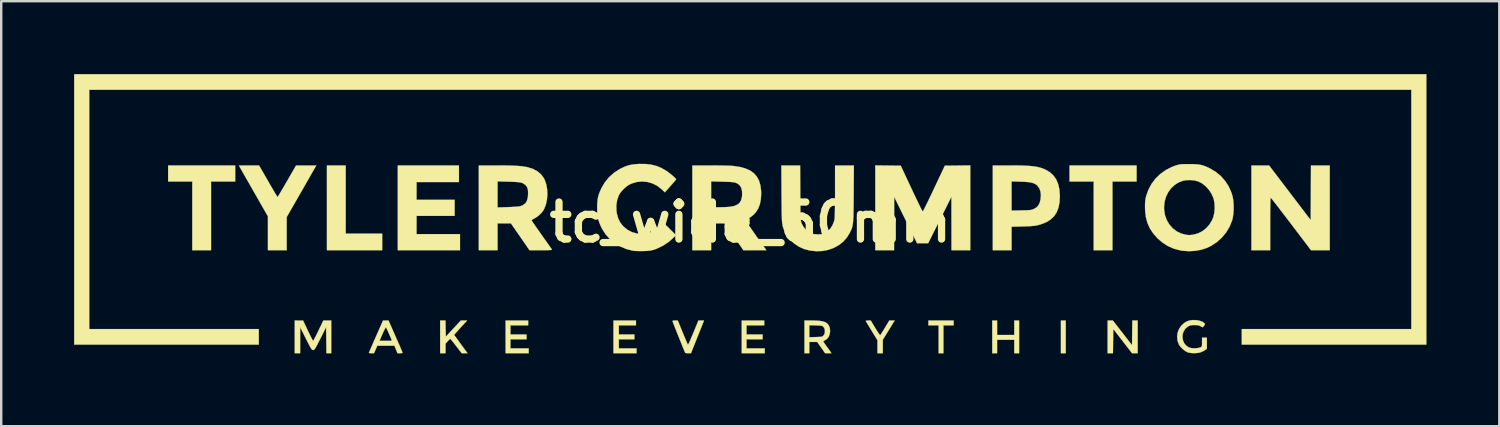
<source format=kicad_pcb>
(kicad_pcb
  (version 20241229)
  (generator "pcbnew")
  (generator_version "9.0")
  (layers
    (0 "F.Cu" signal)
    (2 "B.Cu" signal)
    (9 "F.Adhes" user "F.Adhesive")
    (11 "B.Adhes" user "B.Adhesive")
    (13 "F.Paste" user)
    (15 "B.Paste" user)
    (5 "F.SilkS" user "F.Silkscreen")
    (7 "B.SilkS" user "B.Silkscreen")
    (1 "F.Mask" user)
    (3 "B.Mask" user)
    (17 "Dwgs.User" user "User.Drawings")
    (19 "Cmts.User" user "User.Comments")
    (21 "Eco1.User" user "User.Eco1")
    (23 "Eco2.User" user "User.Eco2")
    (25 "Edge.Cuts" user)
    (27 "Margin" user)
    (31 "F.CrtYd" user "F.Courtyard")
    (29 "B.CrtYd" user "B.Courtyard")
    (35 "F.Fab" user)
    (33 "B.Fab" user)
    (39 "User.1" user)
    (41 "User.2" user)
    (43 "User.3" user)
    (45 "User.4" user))
  (footprint "tc_wide_60mm"
    (layer "F.Cu")
    (at 27.835 6.101)
    (property "Reference" "tc_wide_60mm" (at 0 0 0) (layer "F.SilkS") (effects (font (size 1.524 1.524) (thickness 0.3))))
    (attr through_hole)
    (fp_poly (pts (xy 12.987 5.389) (xy 12.788 5.389) (xy 12.788 4.042) (xy 12.987 4.042) (xy 12.987 5.389)) (stroke (width 0.01) (type solid)) (fill yes) (layer "F.SilkS"))
    (fp_poly (pts (xy -16.654 0.464) (xy -15.152 0.464) (xy -15.152 1.149) (xy -17.427 1.149) (xy -17.427 -2.341) (xy -16.654 -2.341) (xy -16.654 0.464)) (stroke (width 0.01) (type solid)) (fill yes) (layer "F.SilkS"))
    (fp_poly (pts (xy -21.203 -1.679) (xy -22.197 -1.679) (xy -22.197 1.149) (xy -22.97 1.149) (xy -22.97 -1.679) (xy -23.964 -1.679) (xy -23.964 -2.341) (xy -21.203 -2.341) (xy -21.203 -1.679)) (stroke (width 0.01) (type solid)) (fill yes) (layer "F.SilkS"))
    (fp_poly (pts (xy 8.371 4.241) (xy 7.951 4.241) (xy 7.951 5.389) (xy 7.753 5.389) (xy 7.753 4.241) (xy 7.333 4.241) (xy 7.333 4.042) (xy 8.371 4.042) (xy 8.371 4.241)) (stroke (width 0.01) (type solid)) (fill yes) (layer "F.SilkS"))
    (fp_poly (pts (xy 15.903 -1.679) (xy 14.909 -1.679) (xy 14.909 1.149) (xy 14.136 1.149) (xy 14.136 -1.679) (xy 13.142 -1.679) (xy 13.142 -2.341) (xy 15.903 -2.341) (xy 15.903 -1.679)) (stroke (width 0.01) (type solid)) (fill yes) (layer "F.SilkS"))
    (fp_poly (pts (xy -11.993 -1.657) (xy -13.738 -1.657) (xy -13.738 -0.928) (xy -12.17 -0.928) (xy -12.17 -0.265) (xy -13.738 -0.265) (xy -13.738 0.486) (xy -11.949 0.486) (xy -11.949 1.149) (xy -14.511 1.149) (xy -14.511 -2.341) (xy -11.993 -2.341) (xy -11.993 -1.657)) (stroke (width 0.01) (type solid)) (fill yes) (layer "F.SilkS"))
    (fp_poly (pts (xy -9.144 4.241) (xy -9.873 4.241) (xy -9.873 4.616) (xy -9.21 4.616) (xy -9.21 4.815) (xy -9.873 4.815) (xy -9.873 5.19) (xy -9.122 5.19) (xy -9.122 5.389) (xy -10.072 5.389) (xy -10.072 4.042) (xy -9.144 4.042) (xy -9.144 4.241)) (stroke (width 0.01) (type solid)) (fill yes) (layer "F.SilkS"))
    (fp_poly (pts (xy -4.705 4.241) (xy -5.411 4.241) (xy -5.411 4.616) (xy -4.771 4.616) (xy -4.771 4.815) (xy -5.411 4.815) (xy -5.411 5.19) (xy -4.682 5.19) (xy -4.682 5.389) (xy -5.632 5.389) (xy -5.632 4.042) (xy -4.705 4.042) (xy -4.705 4.241)) (stroke (width 0.01) (type solid)) (fill yes) (layer "F.SilkS"))
    (fp_poly (pts (xy 0.574 4.241) (xy -0.155 4.241) (xy -0.155 4.616) (xy 0.508 4.616) (xy 0.508 4.815) (xy -0.155 4.815) (xy -0.155 5.19) (xy 0.596 5.19) (xy 0.596 5.389) (xy -0.353 5.389) (xy -0.353 4.042) (xy 0.574 4.042) (xy 0.574 4.241)) (stroke (width 0.01) (type solid)) (fill yes) (layer "F.SilkS"))
    (fp_poly (pts (xy 10.16 4.638) (xy 10.867 4.638) (xy 10.867 4.042) (xy 11.066 4.042) (xy 11.066 5.389) (xy 10.867 5.389) (xy 10.867 4.837) (xy 10.16 4.837) (xy 10.16 5.389) (xy 9.961 5.389) (xy 9.961 4.042) (xy 10.16 4.042) (xy 10.16 4.638)) (stroke (width 0.01) (type solid)) (fill yes) (layer "F.SilkS"))
    (fp_poly (pts (xy 27.83 5.036) (xy 20.232 5.036) (xy 20.232 4.395) (xy 27.211 4.395) (xy 27.211 -5.455) (xy -27.211 -5.455) (xy -27.211 4.395) (xy -20.232 4.395) (xy -20.232 5.036) (xy -27.83 5.036) (xy -27.83 -6.096) (xy 27.83 -6.096) (xy 27.83 5.036)) (stroke (width 0.01) (type solid)) (fill yes) (layer "F.SilkS"))
    (fp_poly (pts (xy 15.32 4.55) (xy 15.715 5.059) (xy 15.721 4.55) (xy 15.727 4.042) (xy 15.947 4.042) (xy 15.947 5.389) (xy 15.831 5.389) (xy 15.715 5.389) (xy 15.328 4.889) (xy 14.942 4.389) (xy 14.936 4.889) (xy 14.93 5.389) (xy 14.71 5.389) (xy 14.71 4.042) (xy 14.925 4.042) (xy 15.32 4.55)) (stroke (width 0.01) (type solid)) (fill yes) (layer "F.SilkS"))
    (fp_poly (pts (xy -12.54 4.375) (xy -12.534 4.708) (xy -12.225 4.375) (xy -11.916 4.042) (xy -11.657 4.042) (xy -11.82 4.22) (xy -11.901 4.308) (xy -11.984 4.4) (xy -12.056 4.481) (xy -12.087 4.515) (xy -12.192 4.633) (xy -11.917 5.011) (xy -11.641 5.389) (xy -11.881 5.389) (xy -12.105 5.097) (xy -12.18 4.999) (xy -12.247 4.914) (xy -12.3 4.849) (xy -12.335 4.808) (xy -12.346 4.797) (xy -12.368 4.809) (xy -12.41 4.847) (xy -12.454 4.894) (xy -12.545 4.998) (xy -12.545 5.389) (xy -12.766 5.389) (xy -12.766 4.042) (xy -12.547 4.042) (xy -12.54 4.375)) (stroke (width 0.01) (type solid)) (fill yes) (layer "F.SilkS"))
    (fp_poly (pts (xy 23.07 -0.091) (xy 23.076 -1.216) (xy 23.081 -2.341) (xy 23.854 -2.341) (xy 23.854 1.149) (xy 23.083 1.149) (xy 22.261 0.066) (xy 22.115 -0.125) (xy 21.977 -0.306) (xy 21.848 -0.473) (xy 21.733 -0.623) (xy 21.632 -0.754) (xy 21.548 -0.861) (xy 21.483 -0.943) (xy 21.44 -0.995) (xy 21.421 -1.016) (xy 21.42 -1.016) (xy 21.417 -0.995) (xy 21.414 -0.933) (xy 21.41 -0.836) (xy 21.408 -0.708) (xy 21.406 -0.552) (xy 21.404 -0.373) (xy 21.403 -0.175) (xy 21.402 0.037) (xy 21.402 0.066) (xy 21.402 1.149) (xy 20.629 1.149) (xy 20.629 -2.341) (xy 21.356 -2.341) (xy 23.07 -0.091)) (stroke (width 0.01) (type solid)) (fill yes) (layer "F.SilkS"))
    (fp_poly (pts (xy 5.912 4.095) (xy 5.889 4.13) (xy 5.848 4.197) (xy 5.793 4.286) (xy 5.728 4.392) (xy 5.666 4.493) (xy 5.455 4.837) (xy 5.455 5.389) (xy 5.235 5.389) (xy 5.235 4.854) (xy 4.997 4.466) (xy 4.925 4.348) (xy 4.862 4.243) (xy 4.809 4.156) (xy 4.772 4.094) (xy 4.754 4.062) (xy 4.752 4.06) (xy 4.768 4.05) (xy 4.815 4.043) (xy 4.852 4.042) (xy 4.959 4.042) (xy 5.144 4.35) (xy 5.208 4.453) (xy 5.264 4.54) (xy 5.309 4.604) (xy 5.338 4.642) (xy 5.348 4.648) (xy 5.365 4.626) (xy 5.4 4.573) (xy 5.449 4.495) (xy 5.508 4.4) (xy 5.544 4.339) (xy 5.723 4.042) (xy 5.946 4.042) (xy 5.912 4.095)) (stroke (width 0.01) (type solid)) (fill yes) (layer "F.SilkS"))
    (fp_poly (pts (xy 9.056 1.149) (xy 8.283 1.149) (xy 8.281 0.05) (xy 8.28 -1.049) (xy 7.801 -0.094) (xy 7.322 0.861) (xy 6.866 0.861) (xy 6.394 -0.094) (xy 5.923 -1.049) (xy 5.921 0.05) (xy 5.919 1.149) (xy 5.146 1.149) (xy 5.146 -2.342) (xy 5.67 -2.336) (xy 6.194 -2.33) (xy 6.636 -1.387) (xy 6.726 -1.196) (xy 6.81 -1.019) (xy 6.887 -0.858) (xy 6.955 -0.718) (xy 7.012 -0.602) (xy 7.057 -0.515) (xy 7.086 -0.46) (xy 7.098 -0.441) (xy 7.111 -0.46) (xy 7.141 -0.515) (xy 7.186 -0.602) (xy 7.243 -0.718) (xy 7.312 -0.858) (xy 7.389 -1.019) (xy 7.474 -1.197) (xy 7.563 -1.385) (xy 8.009 -2.33) (xy 8.532 -2.336) (xy 9.056 -2.342) (xy 9.056 1.149)) (stroke (width 0.01) (type solid)) (fill yes) (layer "F.SilkS"))
    (fp_poly (pts (xy -17.25 5.389) (xy -17.448 5.389) (xy -17.454 4.854) (xy -17.46 4.318) (xy -17.697 4.787) (xy -17.773 4.936) (xy -17.831 5.049) (xy -17.876 5.132) (xy -17.91 5.19) (xy -17.936 5.226) (xy -17.958 5.246) (xy -17.977 5.255) (xy -17.996 5.257) (xy -18.016 5.255) (xy -18.036 5.245) (xy -18.057 5.223) (xy -18.084 5.185) (xy -18.119 5.125) (xy -18.165 5.039) (xy -18.225 4.922) (xy -18.293 4.787) (xy -18.528 4.318) (xy -18.53 4.854) (xy -18.531 5.389) (xy -18.752 5.389) (xy -18.752 4.042) (xy -18.409 4.043) (xy -18.211 4.462) (xy -18.151 4.586) (xy -18.097 4.696) (xy -18.051 4.786) (xy -18.017 4.848) (xy -17.998 4.879) (xy -17.995 4.881) (xy -17.981 4.862) (xy -17.951 4.809) (xy -17.909 4.728) (xy -17.856 4.624) (xy -17.797 4.504) (xy -17.777 4.462) (xy -17.574 4.042) (xy -17.25 4.042) (xy -17.25 5.389)) (stroke (width 0.01) (type solid)) (fill yes) (layer "F.SilkS"))
    (fp_poly (pts (xy -17.937 -2.214) (xy -17.963 -2.17) (xy -18.008 -2.091) (xy -18.07 -1.983) (xy -18.146 -1.849) (xy -18.235 -1.695) (xy -18.332 -1.524) (xy -18.437 -1.341) (xy -18.546 -1.151) (xy -19.083 -0.214) (xy -19.083 1.149) (xy -19.856 1.149) (xy -19.856 -0.244) (xy -20.427 -1.243) (xy -20.538 -1.436) (xy -20.642 -1.62) (xy -20.739 -1.788) (xy -20.825 -1.939) (xy -20.898 -2.068) (xy -20.957 -2.172) (xy -20.998 -2.245) (xy -21.021 -2.286) (xy -21.024 -2.292) (xy -21.05 -2.341) (xy -20.636 -2.34) (xy -20.221 -2.34) (xy -19.845 -1.689) (xy -19.757 -1.535) (xy -19.674 -1.395) (xy -19.602 -1.271) (xy -19.542 -1.17) (xy -19.496 -1.095) (xy -19.467 -1.05) (xy -19.459 -1.039) (xy -19.446 -1.057) (xy -19.413 -1.11) (xy -19.364 -1.192) (xy -19.3 -1.299) (xy -19.225 -1.427) (xy -19.141 -1.571) (xy -19.072 -1.69) (xy -18.697 -2.341) (xy -18.281 -2.341) (xy -17.865 -2.341) (xy -17.937 -2.214)) (stroke (width 0.01) (type solid)) (fill yes) (layer "F.SilkS"))
    (fp_poly (pts (xy -2.919 4.202) (xy -2.887 4.28) (xy -2.843 4.387) (xy -2.792 4.511) (xy -2.739 4.641) (xy -2.717 4.693) (xy -2.67 4.806) (xy -2.628 4.904) (xy -2.595 4.981) (xy -2.573 5.028) (xy -2.566 5.04) (xy -2.554 5.025) (xy -2.528 4.974) (xy -2.49 4.893) (xy -2.443 4.787) (xy -2.389 4.66) (xy -2.343 4.549) (xy -2.135 4.042) (xy -1.904 4.042) (xy -2.172 4.715) (xy -2.441 5.389) (xy -2.555 5.389) (xy -2.622 5.386) (xy -2.668 5.379) (xy -2.68 5.373) (xy -2.691 5.347) (xy -2.716 5.287) (xy -2.753 5.199) (xy -2.798 5.087) (xy -2.849 4.959) (xy -2.905 4.821) (xy -2.962 4.679) (xy -3.018 4.539) (xy -3.07 4.407) (xy -3.117 4.289) (xy -3.155 4.192) (xy -3.182 4.121) (xy -3.196 4.084) (xy -3.197 4.081) (xy -3.197 4.058) (xy -3.175 4.046) (xy -3.122 4.042) (xy -3.097 4.042) (xy -2.986 4.042) (xy -2.919 4.202)) (stroke (width 0.01) (type solid)) (fill yes) (layer "F.SilkS"))
    (fp_poly (pts (xy 2.703 4.046) (xy 2.854 4.057) (xy 2.975 4.077) (xy 3.072 4.107) (xy 3.104 4.121) (xy 3.188 4.184) (xy 3.246 4.272) (xy 3.279 4.378) (xy 3.286 4.493) (xy 3.268 4.608) (xy 3.227 4.712) (xy 3.161 4.799) (xy 3.072 4.858) (xy 3.071 4.859) (xy 3.025 4.882) (xy 3.004 4.901) (xy 3.004 4.902) (xy 3.016 4.925) (xy 3.049 4.976) (xy 3.097 5.045) (xy 3.133 5.095) (xy 3.194 5.177) (xy 3.248 5.253) (xy 3.289 5.311) (xy 3.302 5.33) (xy 3.34 5.389) (xy 3.211 5.389) (xy 3.081 5.388) (xy 2.754 4.925) (xy 2.43 4.925) (xy 2.43 5.389) (xy 2.231 5.389) (xy 2.231 4.73) (xy 2.43 4.73) (xy 2.697 4.723) (xy 2.809 4.719) (xy 2.887 4.715) (xy 2.938 4.708) (xy 2.971 4.696) (xy 2.996 4.677) (xy 3.017 4.654) (xy 3.054 4.595) (xy 3.069 4.524) (xy 3.07 4.484) (xy 3.063 4.4) (xy 3.036 4.339) (xy 3.017 4.314) (xy 2.993 4.288) (xy 2.968 4.27) (xy 2.933 4.258) (xy 2.879 4.252) (xy 2.797 4.247) (xy 2.697 4.244) (xy 2.43 4.237) (xy 2.43 4.73) (xy 2.231 4.73) (xy 2.231 4.042) (xy 2.515 4.042) (xy 2.703 4.046)) (stroke (width 0.01) (type solid)) (fill yes) (layer "F.SilkS"))
    (fp_poly (pts (xy -14.797 4.257) (xy -14.758 4.345) (xy -14.706 4.463) (xy -14.646 4.601) (xy -14.581 4.749) (xy -14.516 4.896) (xy -14.507 4.914) (xy -14.45 5.044) (xy -14.4 5.16) (xy -14.359 5.257) (xy -14.329 5.328) (xy -14.314 5.367) (xy -14.312 5.372) (xy -14.332 5.382) (xy -14.383 5.388) (xy -14.417 5.389) (xy -14.522 5.389) (xy -14.586 5.235) (xy -14.649 5.08) (xy -15.353 5.08) (xy -15.49 5.389) (xy -15.599 5.389) (xy -15.659 5.386) (xy -15.695 5.377) (xy -15.7 5.371) (xy -15.69 5.347) (xy -15.664 5.287) (xy -15.624 5.197) (xy -15.574 5.081) (xy -15.514 4.945) (xy -15.486 4.881) (xy -15.263 4.881) (xy -15.008 4.881) (xy -14.908 4.88) (xy -14.827 4.878) (xy -14.772 4.874) (xy -14.754 4.869) (xy -14.763 4.843) (xy -14.786 4.786) (xy -14.819 4.708) (xy -14.858 4.618) (xy -14.898 4.526) (xy -14.937 4.442) (xy -14.969 4.373) (xy -14.99 4.331) (xy -14.995 4.323) (xy -15.011 4.335) (xy -15.04 4.385) (xy -15.083 4.469) (xy -15.136 4.586) (xy -15.199 4.73) (xy -15.233 4.809) (xy -15.263 4.881) (xy -15.486 4.881) (xy -15.447 4.792) (xy -15.406 4.697) (xy -15.119 4.043) (xy -15.005 4.042) (xy -14.891 4.042) (xy -14.797 4.257)) (stroke (width 0.01) (type solid)) (fill yes) (layer "F.SilkS"))
    (fp_poly (pts (xy 10.674 -2.341) (xy 10.945 -2.34) (xy 11.177 -2.336) (xy 11.375 -2.328) (xy 11.543 -2.317) (xy 11.688 -2.301) (xy 11.814 -2.28) (xy 11.925 -2.253) (xy 12.027 -2.22) (xy 12.125 -2.18) (xy 12.162 -2.163) (xy 12.338 -2.058) (xy 12.482 -1.925) (xy 12.595 -1.763) (xy 12.675 -1.573) (xy 12.725 -1.351) (xy 12.744 -1.098) (xy 12.744 -1.061) (xy 12.729 -0.811) (xy 12.684 -0.592) (xy 12.608 -0.403) (xy 12.499 -0.242) (xy 12.356 -0.109) (xy 12.178 -0.001) (xy 11.965 0.082) (xy 11.859 0.112) (xy 11.781 0.13) (xy 11.698 0.143) (xy 11.601 0.153) (xy 11.483 0.161) (xy 11.335 0.167) (xy 11.215 0.171) (xy 10.756 0.182) (xy 10.756 1.149) (xy 9.983 1.149) (xy 9.983 -0.482) (xy 10.756 -0.482) (xy 11.159 -0.49) (xy 11.304 -0.493) (xy 11.412 -0.496) (xy 11.493 -0.501) (xy 11.553 -0.509) (xy 11.6 -0.521) (xy 11.644 -0.536) (xy 11.687 -0.556) (xy 11.79 -0.62) (xy 11.866 -0.706) (xy 11.919 -0.822) (xy 11.949 -0.948) (xy 11.964 -1.119) (xy 11.945 -1.275) (xy 11.894 -1.408) (xy 11.813 -1.515) (xy 11.794 -1.532) (xy 11.732 -1.576) (xy 11.658 -1.61) (xy 11.566 -1.635) (xy 11.45 -1.654) (xy 11.303 -1.666) (xy 11.126 -1.673) (xy 10.756 -1.684) (xy 10.756 -0.482) (xy 9.983 -0.482) (xy 9.983 -2.341) (xy 10.674 -2.341)) (stroke (width 0.01) (type solid)) (fill yes) (layer "F.SilkS"))
    (fp_poly (pts (xy 18.366 4.027) (xy 18.505 4.054) (xy 18.624 4.101) (xy 18.673 4.133) (xy 18.707 4.165) (xy 18.714 4.197) (xy 18.693 4.24) (xy 18.655 4.291) (xy 18.634 4.314) (xy 18.609 4.316) (xy 18.569 4.297) (xy 18.539 4.28) (xy 18.48 4.252) (xy 18.416 4.236) (xy 18.329 4.23) (xy 18.288 4.23) (xy 18.193 4.232) (xy 18.125 4.243) (xy 18.065 4.265) (xy 18.018 4.291) (xy 17.915 4.374) (xy 17.843 4.48) (xy 17.802 4.599) (xy 17.79 4.725) (xy 17.809 4.85) (xy 17.856 4.966) (xy 17.932 5.065) (xy 18.037 5.14) (xy 18.078 5.159) (xy 18.172 5.18) (xy 18.286 5.187) (xy 18.403 5.179) (xy 18.505 5.158) (xy 18.536 5.145) (xy 18.566 5.129) (xy 18.584 5.109) (xy 18.593 5.073) (xy 18.597 5.013) (xy 18.597 4.933) (xy 18.597 4.749) (xy 18.796 4.749) (xy 18.796 5.207) (xy 18.71 5.266) (xy 18.632 5.311) (xy 18.544 5.349) (xy 18.519 5.358) (xy 18.411 5.378) (xy 18.284 5.386) (xy 18.155 5.381) (xy 18.043 5.363) (xy 18.007 5.353) (xy 17.918 5.307) (xy 17.822 5.235) (xy 17.733 5.15) (xy 17.664 5.063) (xy 17.645 5.031) (xy 17.587 4.872) (xy 17.57 4.708) (xy 17.591 4.547) (xy 17.648 4.395) (xy 17.74 4.259) (xy 17.863 4.144) (xy 17.961 4.083) (xy 18.081 4.041) (xy 18.221 4.023) (xy 18.366 4.027)) (stroke (width 0.01) (type solid)) (fill yes) (layer "F.SilkS"))
    (fp_poly (pts (xy -1.64 -2.341) (xy -1.452 -2.34) (xy -1.268 -2.338) (xy -1.095 -2.335) (xy -0.941 -2.331) (xy -0.814 -2.327) (xy -0.719 -2.321) (xy -0.685 -2.318) (xy -0.421 -2.278) (xy -0.195 -2.215) (xy -0.005 -2.129) (xy 0.15 -2.018) (xy 0.271 -1.88) (xy 0.36 -1.715) (xy 0.417 -1.522) (xy 0.445 -1.297) (xy 0.448 -1.171) (xy 0.434 -0.935) (xy 0.392 -0.731) (xy 0.32 -0.554) (xy 0.218 -0.4) (xy 0.145 -0.321) (xy 0.068 -0.255) (xy -0.019 -0.193) (xy -0.084 -0.156) (xy -0.146 -0.124) (xy -0.188 -0.097) (xy -0.199 -0.084) (xy -0.187 -0.063) (xy -0.152 -0.011) (xy -0.1 0.067) (xy -0.032 0.165) (xy 0.046 0.279) (xy 0.133 0.403) (xy 0.223 0.532) (xy 0.314 0.661) (xy 0.401 0.785) (xy 0.482 0.898) (xy 0.553 0.996) (xy 0.609 1.074) (xy 0.612 1.077) (xy 0.665 1.149) (xy -0.283 1.149) (xy -0.666 0.596) (xy -1.048 0.044) (xy -1.612 0.044) (xy -1.612 1.149) (xy -2.385 1.149) (xy -2.385 -0.618) (xy -1.612 -0.618) (xy -1.298 -0.619) (xy -1.167 -0.621) (xy -1.035 -0.625) (xy -0.917 -0.632) (xy -0.827 -0.64) (xy -0.819 -0.641) (xy -0.656 -0.674) (xy -0.53 -0.727) (xy -0.438 -0.804) (xy -0.377 -0.908) (xy -0.343 -1.041) (xy -0.336 -1.112) (xy -0.339 -1.279) (xy -0.369 -1.413) (xy -0.43 -1.517) (xy -0.52 -1.592) (xy -0.591 -1.624) (xy -0.639 -1.639) (xy -0.701 -1.65) (xy -0.784 -1.658) (xy -0.893 -1.665) (xy -1.036 -1.67) (xy -1.154 -1.673) (xy -1.612 -1.684) (xy -1.612 -0.618) (xy -2.385 -0.618) (xy -2.385 -2.341) (xy -1.64 -2.341)) (stroke (width 0.01) (type solid)) (fill yes) (layer "F.SilkS"))
    (fp_poly (pts (xy 2.059 -1.209) (xy 2.06 -0.957) (xy 2.062 -0.744) (xy 2.063 -0.568) (xy 2.065 -0.424) (xy 2.067 -0.309) (xy 2.07 -0.218) (xy 2.074 -0.147) (xy 2.079 -0.093) (xy 2.085 -0.051) (xy 2.093 -0.017) (xy 2.102 0.011) (xy 2.112 0.04) (xy 2.116 0.049) (xy 2.184 0.175) (xy 2.277 0.294) (xy 2.384 0.391) (xy 2.468 0.444) (xy 2.564 0.475) (xy 2.685 0.493) (xy 2.815 0.497) (xy 2.939 0.487) (xy 3.04 0.462) (xy 3.054 0.456) (xy 3.183 0.375) (xy 3.296 0.259) (xy 3.387 0.116) (xy 3.451 -0.048) (xy 3.465 -0.106) (xy 3.472 -0.163) (xy 3.478 -0.264) (xy 3.482 -0.409) (xy 3.486 -0.596) (xy 3.488 -0.826) (xy 3.49 -1.098) (xy 3.49 -1.282) (xy 3.49 -2.341) (xy 4.265 -2.341) (xy 4.257 -1.176) (xy 4.255 -0.904) (xy 4.253 -0.672) (xy 4.25 -0.475) (xy 4.247 -0.311) (xy 4.242 -0.174) (xy 4.235 -0.061) (xy 4.226 0.033) (xy 4.214 0.111) (xy 4.2 0.178) (xy 4.182 0.239) (xy 4.16 0.296) (xy 4.134 0.354) (xy 4.103 0.418) (xy 4.095 0.433) (xy 3.974 0.631) (xy 3.82 0.802) (xy 3.638 0.945) (xy 3.432 1.056) (xy 3.205 1.136) (xy 2.963 1.181) (xy 2.709 1.19) (xy 2.446 1.161) (xy 2.441 1.16) (xy 2.208 1.097) (xy 1.991 0.997) (xy 1.796 0.865) (xy 1.629 0.703) (xy 1.493 0.517) (xy 1.446 0.431) (xy 1.414 0.366) (xy 1.387 0.308) (xy 1.365 0.252) (xy 1.346 0.196) (xy 1.331 0.134) (xy 1.319 0.062) (xy 1.309 -0.023) (xy 1.302 -0.126) (xy 1.297 -0.251) (xy 1.293 -0.402) (xy 1.291 -0.583) (xy 1.289 -0.798) (xy 1.287 -1.052) (xy 1.286 -1.165) (xy 1.279 -2.341) (xy 2.052 -2.341) (xy 2.059 -1.209)) (stroke (width 0.01) (type solid)) (fill yes) (layer "F.SilkS"))
    (fp_poly (pts (xy -10.442 -2.341) (xy -10.177 -2.34) (xy -9.952 -2.337) (xy -9.76 -2.331) (xy -9.598 -2.323) (xy -9.459 -2.313) (xy -9.34 -2.298) (xy -9.234 -2.281) (xy -9.144 -2.261) (xy -8.93 -2.19) (xy -8.751 -2.092) (xy -8.606 -1.966) (xy -8.495 -1.812) (xy -8.463 -1.75) (xy -8.399 -1.565) (xy -8.362 -1.359) (xy -8.353 -1.144) (xy -8.371 -0.929) (xy -8.415 -0.727) (xy -8.486 -0.546) (xy -8.511 -0.5) (xy -8.587 -0.398) (xy -8.689 -0.296) (xy -8.804 -0.207) (xy -8.901 -0.15) (xy -8.96 -0.118) (xy -8.996 -0.09) (xy -9.002 -0.076) (xy -8.988 -0.053) (xy -8.951 0.001) (xy -8.895 0.083) (xy -8.822 0.187) (xy -8.737 0.309) (xy -8.641 0.445) (xy -8.588 0.52) (xy -8.488 0.661) (xy -8.396 0.792) (xy -8.315 0.906) (xy -8.248 1.001) (xy -8.199 1.071) (xy -8.17 1.113) (xy -8.165 1.121) (xy -8.167 1.13) (xy -8.192 1.137) (xy -8.243 1.143) (xy -8.325 1.146) (xy -8.442 1.148) (xy -8.598 1.148) (xy -8.618 1.148) (xy -9.089 1.148) (xy -9.471 0.596) (xy -9.854 0.044) (xy -10.403 0.044) (xy -10.403 1.149) (xy -11.176 1.149) (xy -11.176 -0.612) (xy -10.403 -0.612) (xy -9.978 -0.625) (xy -9.839 -0.63) (xy -9.711 -0.637) (xy -9.602 -0.645) (xy -9.519 -0.653) (xy -9.473 -0.661) (xy -9.349 -0.712) (xy -9.258 -0.783) (xy -9.196 -0.88) (xy -9.16 -1.008) (xy -9.148 -1.128) (xy -9.147 -1.267) (xy -9.16 -1.372) (xy -9.191 -1.454) (xy -9.242 -1.521) (xy -9.266 -1.544) (xy -9.313 -1.58) (xy -9.362 -1.609) (xy -9.422 -1.63) (xy -9.499 -1.646) (xy -9.598 -1.657) (xy -9.726 -1.665) (xy -9.89 -1.671) (xy -9.956 -1.673) (xy -10.403 -1.684) (xy -10.403 -0.612) (xy -11.176 -0.612) (xy -11.176 -2.341) (xy -10.442 -2.341)) (stroke (width 0.01) (type solid)) (fill yes) (layer "F.SilkS"))
    (fp_poly (pts (xy -4.306 -2.4) (xy -4.07 -2.372) (xy -3.854 -2.317) (xy -3.65 -2.231) (xy -3.46 -2.121) (xy -3.378 -2.064) (xy -3.293 -1.999) (xy -3.211 -1.931) (xy -3.139 -1.868) (xy -3.085 -1.814) (xy -3.056 -1.777) (xy -3.053 -1.766) (xy -3.069 -1.744) (xy -3.109 -1.696) (xy -3.169 -1.626) (xy -3.242 -1.543) (xy -3.287 -1.492) (xy -3.515 -1.235) (xy -3.656 -1.367) (xy -3.833 -1.503) (xy -4.028 -1.601) (xy -4.235 -1.661) (xy -4.45 -1.681) (xy -4.666 -1.66) (xy -4.877 -1.598) (xy -4.975 -1.554) (xy -5.072 -1.492) (xy -5.177 -1.405) (xy -5.276 -1.304) (xy -5.358 -1.201) (xy -5.409 -1.117) (xy -5.482 -0.909) (xy -5.515 -0.688) (xy -5.508 -0.46) (xy -5.489 -0.346) (xy -5.437 -0.163) (xy -5.363 -0.008) (xy -5.261 0.129) (xy -5.214 0.178) (xy -5.051 0.311) (xy -4.869 0.405) (xy -4.669 0.46) (xy -4.456 0.473) (xy -4.341 0.464) (xy -4.134 0.422) (xy -3.952 0.351) (xy -3.785 0.244) (xy -3.671 0.146) (xy -3.554 0.036) (xy -3.307 0.282) (xy -3.06 0.529) (xy -3.159 0.631) (xy -3.364 0.811) (xy -3.598 0.965) (xy -3.85 1.086) (xy -3.965 1.127) (xy -4.048 1.15) (xy -4.135 1.165) (xy -4.24 1.176) (xy -4.373 1.182) (xy -4.417 1.183) (xy -4.539 1.184) (xy -4.655 1.182) (xy -4.754 1.178) (xy -4.822 1.171) (xy -4.826 1.171) (xy -5.096 1.102) (xy -5.348 0.996) (xy -5.58 0.856) (xy -5.786 0.684) (xy -5.962 0.485) (xy -6.105 0.26) (xy -6.141 0.188) (xy -6.207 0.034) (xy -6.254 -0.108) (xy -6.283 -0.251) (xy -6.299 -0.409) (xy -6.303 -0.596) (xy -6.299 -0.783) (xy -6.284 -0.939) (xy -6.255 -1.081) (xy -6.209 -1.22) (xy -6.143 -1.372) (xy -6.129 -1.403) (xy -5.99 -1.641) (xy -5.816 -1.854) (xy -5.611 -2.038) (xy -5.38 -2.188) (xy -5.349 -2.205) (xy -5.195 -2.279) (xy -5.054 -2.332) (xy -4.913 -2.368) (xy -4.758 -2.39) (xy -4.574 -2.402) (xy -4.57 -2.402) (xy -4.306 -2.4)) (stroke (width 0.01) (type solid)) (fill yes) (layer "F.SilkS"))
    (fp_poly (pts (xy 18.234 -2.394) (xy 18.379 -2.387) (xy 18.5 -2.372) (xy 18.61 -2.348) (xy 18.718 -2.311) (xy 18.835 -2.261) (xy 18.917 -2.221) (xy 19.157 -2.079) (xy 19.369 -1.905) (xy 19.549 -1.701) (xy 19.696 -1.473) (xy 19.807 -1.222) (xy 19.858 -1.048) (xy 19.884 -0.892) (xy 19.898 -0.712) (xy 19.898 -0.523) (xy 19.885 -0.339) (xy 19.859 -0.173) (xy 19.835 -0.077) (xy 19.73 0.181) (xy 19.588 0.418) (xy 19.412 0.631) (xy 19.205 0.816) (xy 18.972 0.969) (xy 18.789 1.057) (xy 18.564 1.13) (xy 18.316 1.175) (xy 18.057 1.189) (xy 17.8 1.172) (xy 17.71 1.158) (xy 17.44 1.087) (xy 17.187 0.976) (xy 16.954 0.825) (xy 16.771 0.666) (xy 16.592 0.466) (xy 16.453 0.257) (xy 16.351 0.035) (xy 16.286 -0.207) (xy 16.254 -0.473) (xy 16.249 -0.607) (xy 16.25 -0.63) (xy 17.033 -0.63) (xy 17.036 -0.51) (xy 17.073 -0.289) (xy 17.147 -0.087) (xy 17.253 0.092) (xy 17.389 0.246) (xy 17.55 0.369) (xy 17.734 0.46) (xy 17.937 0.514) (xy 18.056 0.527) (xy 18.1 0.525) (xy 18.172 0.517) (xy 18.244 0.507) (xy 18.433 0.456) (xy 18.609 0.366) (xy 18.768 0.242) (xy 18.903 0.089) (xy 19.01 -0.088) (xy 19.067 -0.232) (xy 19.103 -0.396) (xy 19.118 -0.58) (xy 19.111 -0.766) (xy 19.082 -0.937) (xy 19.063 -1.002) (xy 18.984 -1.18) (xy 18.874 -1.345) (xy 18.742 -1.489) (xy 18.593 -1.605) (xy 18.444 -1.681) (xy 18.293 -1.721) (xy 18.122 -1.74) (xy 17.951 -1.735) (xy 17.824 -1.714) (xy 17.636 -1.644) (xy 17.468 -1.537) (xy 17.322 -1.4) (xy 17.203 -1.236) (xy 17.113 -1.05) (xy 17.055 -0.846) (xy 17.033 -0.63) (xy 16.25 -0.63) (xy 16.25 -0.748) (xy 16.256 -0.858) (xy 16.269 -0.954) (xy 16.289 -1.047) (xy 16.297 -1.079) (xy 16.389 -1.34) (xy 16.518 -1.582) (xy 16.682 -1.799) (xy 16.878 -1.99) (xy 17.103 -2.15) (xy 17.354 -2.278) (xy 17.471 -2.323) (xy 17.549 -2.349) (xy 17.614 -2.368) (xy 17.674 -2.381) (xy 17.74 -2.389) (xy 17.821 -2.394) (xy 17.928 -2.395) (xy 18.056 -2.396) (xy 18.234 -2.394)) (stroke (width 0.01) (type solid)) (fill yes) (layer "F.SilkS")))
  (gr_rect
    (start -3 -3)
    (end 58.669 14.495)
    (stroke (width 0.1) (type default))
    (fill no)
    (layer "Edge.Cuts")))
</source>
